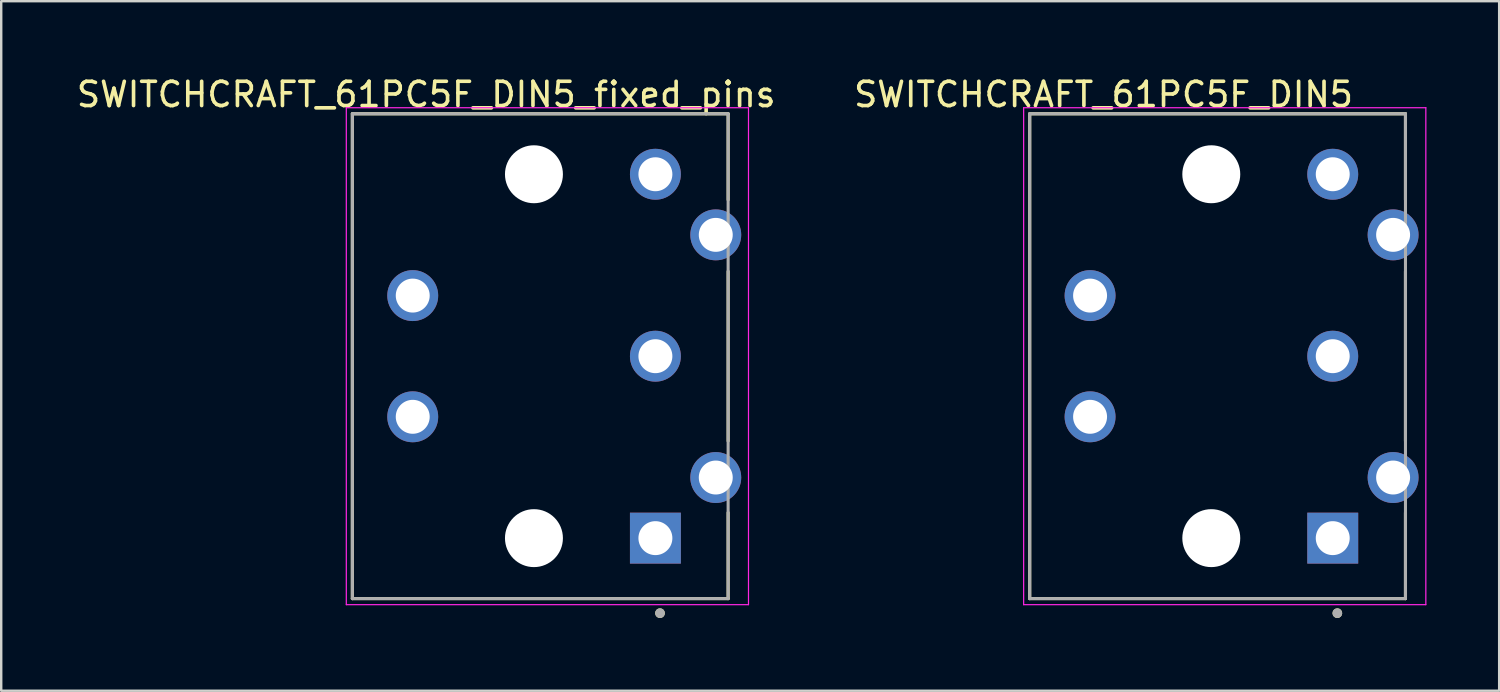
<source format=kicad_pcb>
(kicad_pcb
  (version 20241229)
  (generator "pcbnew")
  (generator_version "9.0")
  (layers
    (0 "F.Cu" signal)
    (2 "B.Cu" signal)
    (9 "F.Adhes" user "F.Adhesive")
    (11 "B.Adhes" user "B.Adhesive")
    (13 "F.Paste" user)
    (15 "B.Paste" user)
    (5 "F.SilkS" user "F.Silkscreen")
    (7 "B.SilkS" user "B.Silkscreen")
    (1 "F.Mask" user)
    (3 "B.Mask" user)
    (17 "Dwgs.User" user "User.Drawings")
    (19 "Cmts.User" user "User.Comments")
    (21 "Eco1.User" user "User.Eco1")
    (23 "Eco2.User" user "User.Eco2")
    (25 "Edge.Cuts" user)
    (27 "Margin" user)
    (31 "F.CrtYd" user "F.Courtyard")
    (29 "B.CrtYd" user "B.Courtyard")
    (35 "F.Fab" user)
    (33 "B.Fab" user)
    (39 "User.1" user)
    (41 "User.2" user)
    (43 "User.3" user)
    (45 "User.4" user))
  (footprint "SWITCHCRAFT_61PC5F_DIN5_fixed_pins"
    (layer "F.Cu")
    (at 18.975 11.643)
    (property "Reference" "SWITCHCRAFT_61PC5F_DIN5_fixed_pins" (at -4.445 -10.795 0) (layer "F.SilkS") (effects (font (size 1 1) (thickness 0.15))))
    (attr through_hole)
    (fp_circle (center 0 -7.505) (end 0.725 -7.505) (stroke (width 1.449) (type solid)) (fill no) (layer "F.Mask"))
    (fp_circle (center 0 7.505) (end 0.725 7.505) (stroke (width 1.449) (type solid)) (fill no) (layer "F.Mask"))
    (fp_circle (center 0 -7.505) (end 0.725 -7.505) (stroke (width 1.449) (type solid)) (fill no) (layer "B.Mask"))
    (fp_circle (center 0 7.505) (end 0.725 7.505) (stroke (width 1.449) (type solid)) (fill no) (layer "B.Mask"))
    (fp_line (start -7.49 -10) (end 8.01 -10) (stroke (width 0.127) (type solid)) (layer "F.SilkS"))
    (fp_line (start -7.49 10) (end -7.49 -10) (stroke (width 0.127) (type solid)) (layer "F.SilkS"))
    (fp_line (start 8.01 -10) (end 8.01 -6.45) (stroke (width 0.127) (type solid)) (layer "F.SilkS"))
    (fp_line (start 8.01 -3.5) (end 8.01 3.5) (stroke (width 0.127) (type solid)) (layer "F.SilkS"))
    (fp_line (start 8.01 6.45) (end 8.01 10) (stroke (width 0.127) (type solid)) (layer "F.SilkS"))
    (fp_line (start 8.01 10) (end -7.49 10) (stroke (width 0.127) (type solid)) (layer "F.SilkS"))
    (fp_circle (center 5.2 10.6) (end 5.3 10.6) (stroke (width 0.2) (type solid)) (fill no) (layer "F.SilkS"))
    (fp_line (start -7.74 -10.25) (end 8.85 -10.25) (stroke (width 0.05) (type solid)) (layer "F.CrtYd"))
    (fp_line (start -7.74 10.25) (end -7.74 -10.25) (stroke (width 0.05) (type solid)) (layer "F.CrtYd"))
    (fp_line (start 8.85 -10.25) (end 8.85 10.25) (stroke (width 0.05) (type solid)) (layer "F.CrtYd"))
    (fp_line (start 8.85 10.25) (end -7.74 10.25) (stroke (width 0.05) (type solid)) (layer "F.CrtYd"))
    (fp_line (start -7.49 -10) (end 8.01 -10) (stroke (width 0.127) (type solid)) (layer "F.Fab"))
    (fp_line (start -7.49 10) (end -7.49 -10) (stroke (width 0.127) (type solid)) (layer "F.Fab"))
    (fp_line (start 8.01 -10) (end 8.01 10) (stroke (width 0.127) (type solid)) (layer "F.Fab"))
    (fp_line (start 8.01 10) (end -7.49 10) (stroke (width 0.127) (type solid)) (layer "F.Fab"))
    (fp_circle (center 5.2 10.6) (end 5.3 10.6) (stroke (width 0.2) (type solid)) (fill no) (layer "F.Fab"))
    (pad "" np_thru_hole circle (at 0 -7.505) (size 2.39 2.39) (drill 2.39) (layers "*.Cu" "*.Mask"))
    (pad "" np_thru_hole circle (at 0 7.505) (size 2.39 2.39) (drill 2.39) (layers "*.Cu" "*.Mask"))
    (pad "1" thru_hole rect (at 5.01 7.505) (size 2.1 2.1) (drill 1.4) (layers "*.Cu" "*.Mask"))
    (pad "2" thru_hole circle (at 5.01 0) (size 2.1 2.1) (drill 1.4) (layers "*.Cu" "*.Mask"))
    (pad "3" thru_hole circle (at 5.01 -7.505) (size 2.1 2.1) (drill 1.4) (layers "*.Cu" "*.Mask"))
    (pad "4" thru_hole circle (at 7.5 5.005) (size 2.1 2.1) (drill 1.4) (layers "*.Cu" "*.Mask"))
    (pad "5" thru_hole circle (at 7.5 -5.005) (size 2.1 2.1) (drill 1.4) (layers "*.Cu" "*.Mask"))
    (pad "G1" thru_hole circle (at -5 -2.5) (size 2.1 2.1) (drill 1.4) (layers "*.Cu" "*.Mask"))
    (pad "G2" thru_hole circle (at -5 2.5) (size 2.1 2.1) (drill 1.4) (layers "*.Cu" "*.Mask")))
  (footprint "SWITCHCRAFT_61PC5F_DIN5"
    (layer "F.Cu")
    (at 46.915 11.643)
    (property "Reference" "SWITCHCRAFT_61PC5F_DIN5" (at -4.445 -10.795 0) (layer "F.SilkS") (effects (font (size 1 1) (thickness 0.15))))
    (attr through_hole)
    (fp_circle (center 0 -7.505) (end 0.725 -7.505) (stroke (width 1.449) (type solid)) (fill no) (layer "F.Mask"))
    (fp_circle (center 0 7.505) (end 0.725 7.505) (stroke (width 1.449) (type solid)) (fill no) (layer "F.Mask"))
    (fp_circle (center 0 -7.505) (end 0.725 -7.505) (stroke (width 1.449) (type solid)) (fill no) (layer "B.Mask"))
    (fp_circle (center 0 7.505) (end 0.725 7.505) (stroke (width 1.449) (type solid)) (fill no) (layer "B.Mask"))
    (fp_line (start -7.49 -10) (end 8.01 -10) (stroke (width 0.127) (type solid)) (layer "F.SilkS"))
    (fp_line (start -7.49 10) (end -7.49 -10) (stroke (width 0.127) (type solid)) (layer "F.SilkS"))
    (fp_line (start 8.01 -10) (end 8.01 -6.45) (stroke (width 0.127) (type solid)) (layer "F.SilkS"))
    (fp_line (start 8.01 -3.5) (end 8.01 3.5) (stroke (width 0.127) (type solid)) (layer "F.SilkS"))
    (fp_line (start 8.01 6.45) (end 8.01 10) (stroke (width 0.127) (type solid)) (layer "F.SilkS"))
    (fp_line (start 8.01 10) (end -7.49 10) (stroke (width 0.127) (type solid)) (layer "F.SilkS"))
    (fp_circle (center 5.2 10.6) (end 5.3 10.6) (stroke (width 0.2) (type solid)) (fill no) (layer "F.SilkS"))
    (fp_line (start -7.74 -10.25) (end 8.85 -10.25) (stroke (width 0.05) (type solid)) (layer "F.CrtYd"))
    (fp_line (start -7.74 10.25) (end -7.74 -10.25) (stroke (width 0.05) (type solid)) (layer "F.CrtYd"))
    (fp_line (start 8.85 -10.25) (end 8.85 10.25) (stroke (width 0.05) (type solid)) (layer "F.CrtYd"))
    (fp_line (start 8.85 10.25) (end -7.74 10.25) (stroke (width 0.05) (type solid)) (layer "F.CrtYd"))
    (fp_line (start -7.49 -10) (end 8.01 -10) (stroke (width 0.127) (type solid)) (layer "F.Fab"))
    (fp_line (start -7.49 10) (end -7.49 -10) (stroke (width 0.127) (type solid)) (layer "F.Fab"))
    (fp_line (start 8.01 -10) (end 8.01 10) (stroke (width 0.127) (type solid)) (layer "F.Fab"))
    (fp_line (start 8.01 10) (end -7.49 10) (stroke (width 0.127) (type solid)) (layer "F.Fab"))
    (fp_circle (center 5.2 10.6) (end 5.3 10.6) (stroke (width 0.2) (type solid)) (fill no) (layer "F.Fab"))
    (pad "" np_thru_hole circle (at 0 -7.505) (size 2.39 2.39) (drill 2.39) (layers "*.Cu" "*.Mask"))
    (pad "" np_thru_hole circle (at 0 7.505) (size 2.39 2.39) (drill 2.39) (layers "*.Cu" "*.Mask"))
    (pad "1" thru_hole rect (at 5.01 7.505) (size 2.1 2.1) (drill 1.4) (layers "*.Cu" "*.Mask"))
    (pad "2" thru_hole circle (at 7.5 5.005) (size 2.1 2.1) (drill 1.4) (layers "*.Cu" "*.Mask"))
    (pad "3" thru_hole circle (at 5.01 0) (size 2.1 2.1) (drill 1.4) (layers "*.Cu" "*.Mask"))
    (pad "4" thru_hole circle (at 7.5 -5.005) (size 2.1 2.1) (drill 1.4) (layers "*.Cu" "*.Mask"))
    (pad "5" thru_hole circle (at 5.01 -7.505) (size 2.1 2.1) (drill 1.4) (layers "*.Cu" "*.Mask"))
    (pad "G1" thru_hole circle (at -5 -2.5) (size 2.1 2.1) (drill 1.4) (layers "*.Cu" "*.Mask"))
    (pad "G2" thru_hole circle (at -5 2.5) (size 2.1 2.1) (drill 1.4) (layers "*.Cu" "*.Mask")))
  (gr_rect
    (start -3 -3)
    (end 58.79 25.443)
    (stroke (width 0.1) (type default))
    (fill no)
    (layer "Edge.Cuts")))
</source>
